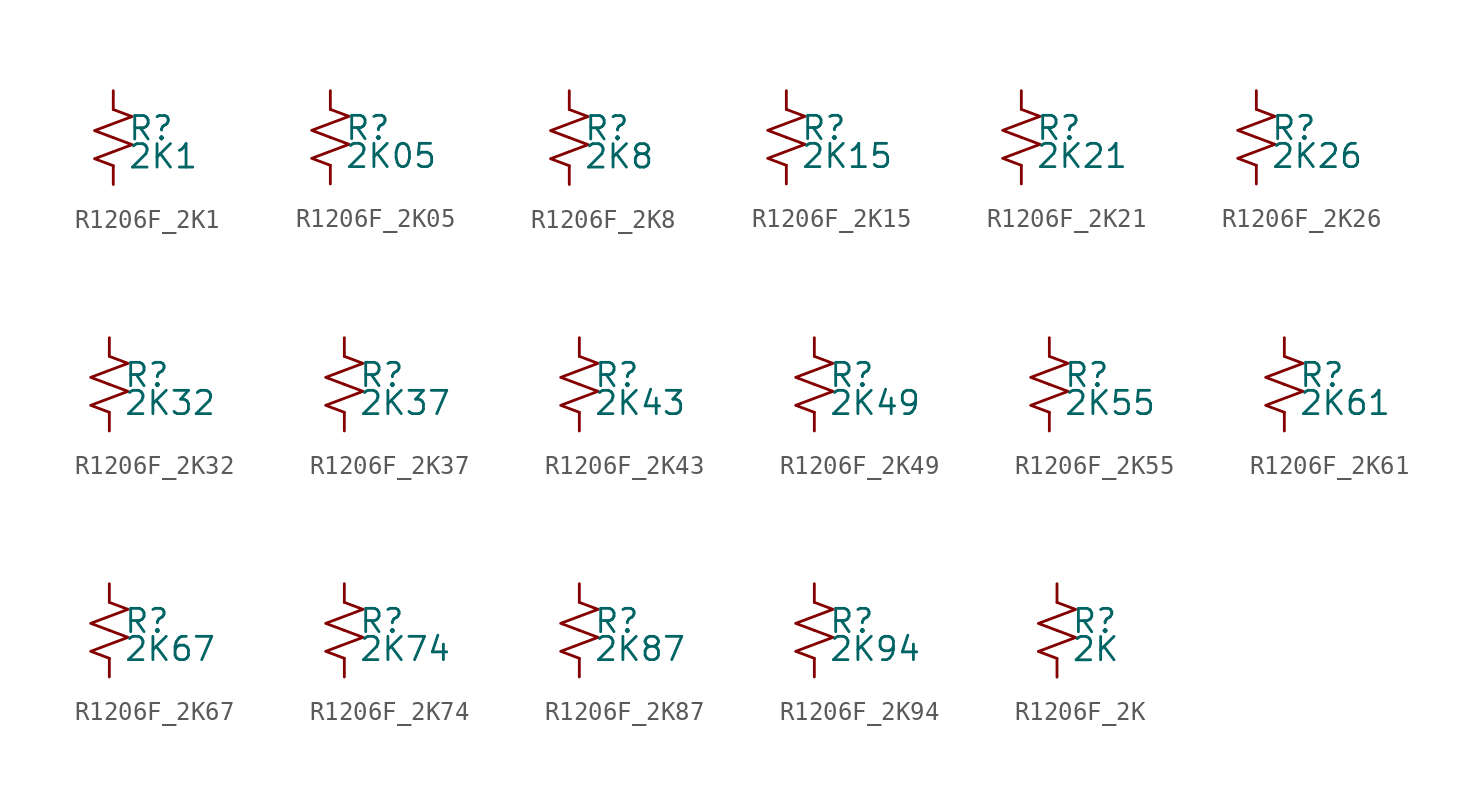
<source format=kicad_sym>
(kicad_symbol_lib
  (version 20220914)
  (generator kicad_symbol_editor)
  (symbol "R1206F_2K1"
    (pin_numbers hide)
    (pin_names
      (offset 0.254) hide)
    (property "Reference" "R"
      (at 0.762 0.508 0)
      (effects (font (size 1.27 1.27)) (justify left)))
    (property "Value" "2K1"
      (at 0.762 -1.016 0)
      (effects (font (size 1.27 1.27)) (justify left)))
    (symbol "R1206F_2K1_1_1"
      (polyline (pts (xy 0 0) (xy 1.016 -0.381) (xy 0 -0.762) (xy -1.016 -1.143) (xy 0 -1.524)) (stroke (width 0) (type default)) (fill (type none)))
      (polyline (pts (xy 0 1.524) (xy 1.016 1.143) (xy 0 0.762) (xy -1.016 0.381) (xy 0 0)) (stroke (width 0) (type default)) (fill (type none)))
      (pin passive line (at 0 2.54 270) (length 1.016) (name "~" (effects (font (size 1.27 1.27)))) (number "1" (effects (font (size 1.27 1.27)))))
      (pin passive line (at 0 -2.54 90) (length 1.016) (name "~" (effects (font (size 1.27 1.27)))) (number "2" (effects (font (size 1.27 1.27)))))))
  (symbol "R1206F_2K05"
    (pin_numbers hide)
    (pin_names
      (offset 0.254) hide)
    (property "Reference" "R"
      (at 0.762 0.508 0)
      (effects (font (size 1.27 1.27)) (justify left)))
    (property "Value" "2K05"
      (at 0.762 -1.016 0)
      (effects (font (size 1.27 1.27)) (justify left)))
    (symbol "R1206F_2K05_1_1"
      (polyline (pts (xy 0 0) (xy 1.016 -0.381) (xy 0 -0.762) (xy -1.016 -1.143) (xy 0 -1.524)) (stroke (width 0) (type default)) (fill (type none)))
      (polyline (pts (xy 0 1.524) (xy 1.016 1.143) (xy 0 0.762) (xy -1.016 0.381) (xy 0 0)) (stroke (width 0) (type default)) (fill (type none)))
      (pin passive line (at 0 2.54 270) (length 1.016) (name "~" (effects (font (size 1.27 1.27)))) (number "1" (effects (font (size 1.27 1.27)))))
      (pin passive line (at 0 -2.54 90) (length 1.016) (name "~" (effects (font (size 1.27 1.27)))) (number "2" (effects (font (size 1.27 1.27)))))))
  (symbol "R1206F_2K8"
    (pin_numbers hide)
    (pin_names
      (offset 0.254) hide)
    (property "Reference" "R"
      (at 0.762 0.508 0)
      (effects (font (size 1.27 1.27)) (justify left)))
    (property "Value" "2K8"
      (at 0.762 -1.016 0)
      (effects (font (size 1.27 1.27)) (justify left)))
    (symbol "R1206F_2K8_1_1"
      (polyline (pts (xy 0 0) (xy 1.016 -0.381) (xy 0 -0.762) (xy -1.016 -1.143) (xy 0 -1.524)) (stroke (width 0) (type default)) (fill (type none)))
      (polyline (pts (xy 0 1.524) (xy 1.016 1.143) (xy 0 0.762) (xy -1.016 0.381) (xy 0 0)) (stroke (width 0) (type default)) (fill (type none)))
      (pin passive line (at 0 2.54 270) (length 1.016) (name "~" (effects (font (size 1.27 1.27)))) (number "1" (effects (font (size 1.27 1.27)))))
      (pin passive line (at 0 -2.54 90) (length 1.016) (name "~" (effects (font (size 1.27 1.27)))) (number "2" (effects (font (size 1.27 1.27)))))))
  (symbol "R1206F_2K15"
    (pin_numbers hide)
    (pin_names
      (offset 0.254) hide)
    (property "Reference" "R"
      (at 0.762 0.508 0)
      (effects (font (size 1.27 1.27)) (justify left)))
    (property "Value" "2K15"
      (at 0.762 -1.016 0)
      (effects (font (size 1.27 1.27)) (justify left)))
    (symbol "R1206F_2K15_1_1"
      (polyline (pts (xy 0 0) (xy 1.016 -0.381) (xy 0 -0.762) (xy -1.016 -1.143) (xy 0 -1.524)) (stroke (width 0) (type default)) (fill (type none)))
      (polyline (pts (xy 0 1.524) (xy 1.016 1.143) (xy 0 0.762) (xy -1.016 0.381) (xy 0 0)) (stroke (width 0) (type default)) (fill (type none)))
      (pin passive line (at 0 2.54 270) (length 1.016) (name "~" (effects (font (size 1.27 1.27)))) (number "1" (effects (font (size 1.27 1.27)))))
      (pin passive line (at 0 -2.54 90) (length 1.016) (name "~" (effects (font (size 1.27 1.27)))) (number "2" (effects (font (size 1.27 1.27)))))))
  (symbol "R1206F_2K21"
    (pin_numbers hide)
    (pin_names
      (offset 0.254) hide)
    (property "Reference" "R"
      (at 0.762 0.508 0)
      (effects (font (size 1.27 1.27)) (justify left)))
    (property "Value" "2K21"
      (at 0.762 -1.016 0)
      (effects (font (size 1.27 1.27)) (justify left)))
    (symbol "R1206F_2K21_1_1"
      (polyline (pts (xy 0 0) (xy 1.016 -0.381) (xy 0 -0.762) (xy -1.016 -1.143) (xy 0 -1.524)) (stroke (width 0) (type default)) (fill (type none)))
      (polyline (pts (xy 0 1.524) (xy 1.016 1.143) (xy 0 0.762) (xy -1.016 0.381) (xy 0 0)) (stroke (width 0) (type default)) (fill (type none)))
      (pin passive line (at 0 2.54 270) (length 1.016) (name "~" (effects (font (size 1.27 1.27)))) (number "1" (effects (font (size 1.27 1.27)))))
      (pin passive line (at 0 -2.54 90) (length 1.016) (name "~" (effects (font (size 1.27 1.27)))) (number "2" (effects (font (size 1.27 1.27)))))))
  (symbol "R1206F_2K26"
    (pin_numbers hide)
    (pin_names
      (offset 0.254) hide)
    (property "Reference" "R"
      (at 0.762 0.508 0)
      (effects (font (size 1.27 1.27)) (justify left)))
    (property "Value" "2K26"
      (at 0.762 -1.016 0)
      (effects (font (size 1.27 1.27)) (justify left)))
    (symbol "R1206F_2K26_1_1"
      (polyline (pts (xy 0 0) (xy 1.016 -0.381) (xy 0 -0.762) (xy -1.016 -1.143) (xy 0 -1.524)) (stroke (width 0) (type default)) (fill (type none)))
      (polyline (pts (xy 0 1.524) (xy 1.016 1.143) (xy 0 0.762) (xy -1.016 0.381) (xy 0 0)) (stroke (width 0) (type default)) (fill (type none)))
      (pin passive line (at 0 2.54 270) (length 1.016) (name "~" (effects (font (size 1.27 1.27)))) (number "1" (effects (font (size 1.27 1.27)))))
      (pin passive line (at 0 -2.54 90) (length 1.016) (name "~" (effects (font (size 1.27 1.27)))) (number "2" (effects (font (size 1.27 1.27)))))))
  (symbol "R1206F_2K32"
    (pin_numbers hide)
    (pin_names
      (offset 0.254) hide)
    (property "Reference" "R"
      (at 0.762 0.508 0)
      (effects (font (size 1.27 1.27)) (justify left)))
    (property "Value" "2K32"
      (at 0.762 -1.016 0)
      (effects (font (size 1.27 1.27)) (justify left)))
    (symbol "R1206F_2K32_1_1"
      (polyline (pts (xy 0 0) (xy 1.016 -0.381) (xy 0 -0.762) (xy -1.016 -1.143) (xy 0 -1.524)) (stroke (width 0) (type default)) (fill (type none)))
      (polyline (pts (xy 0 1.524) (xy 1.016 1.143) (xy 0 0.762) (xy -1.016 0.381) (xy 0 0)) (stroke (width 0) (type default)) (fill (type none)))
      (pin passive line (at 0 2.54 270) (length 1.016) (name "~" (effects (font (size 1.27 1.27)))) (number "1" (effects (font (size 1.27 1.27)))))
      (pin passive line (at 0 -2.54 90) (length 1.016) (name "~" (effects (font (size 1.27 1.27)))) (number "2" (effects (font (size 1.27 1.27)))))))
  (symbol "R1206F_2K37"
    (pin_numbers hide)
    (pin_names
      (offset 0.254) hide)
    (property "Reference" "R"
      (at 0.762 0.508 0)
      (effects (font (size 1.27 1.27)) (justify left)))
    (property "Value" "2K37"
      (at 0.762 -1.016 0)
      (effects (font (size 1.27 1.27)) (justify left)))
    (symbol "R1206F_2K37_1_1"
      (polyline (pts (xy 0 0) (xy 1.016 -0.381) (xy 0 -0.762) (xy -1.016 -1.143) (xy 0 -1.524)) (stroke (width 0) (type default)) (fill (type none)))
      (polyline (pts (xy 0 1.524) (xy 1.016 1.143) (xy 0 0.762) (xy -1.016 0.381) (xy 0 0)) (stroke (width 0) (type default)) (fill (type none)))
      (pin passive line (at 0 2.54 270) (length 1.016) (name "~" (effects (font (size 1.27 1.27)))) (number "1" (effects (font (size 1.27 1.27)))))
      (pin passive line (at 0 -2.54 90) (length 1.016) (name "~" (effects (font (size 1.27 1.27)))) (number "2" (effects (font (size 1.27 1.27)))))))
  (symbol "R1206F_2K43"
    (pin_numbers hide)
    (pin_names
      (offset 0.254) hide)
    (property "Reference" "R"
      (at 0.762 0.508 0)
      (effects (font (size 1.27 1.27)) (justify left)))
    (property "Value" "2K43"
      (at 0.762 -1.016 0)
      (effects (font (size 1.27 1.27)) (justify left)))
    (symbol "R1206F_2K43_1_1"
      (polyline (pts (xy 0 0) (xy 1.016 -0.381) (xy 0 -0.762) (xy -1.016 -1.143) (xy 0 -1.524)) (stroke (width 0) (type default)) (fill (type none)))
      (polyline (pts (xy 0 1.524) (xy 1.016 1.143) (xy 0 0.762) (xy -1.016 0.381) (xy 0 0)) (stroke (width 0) (type default)) (fill (type none)))
      (pin passive line (at 0 2.54 270) (length 1.016) (name "~" (effects (font (size 1.27 1.27)))) (number "1" (effects (font (size 1.27 1.27)))))
      (pin passive line (at 0 -2.54 90) (length 1.016) (name "~" (effects (font (size 1.27 1.27)))) (number "2" (effects (font (size 1.27 1.27)))))))
  (symbol "R1206F_2K49"
    (pin_numbers hide)
    (pin_names
      (offset 0.254) hide)
    (property "Reference" "R"
      (at 0.762 0.508 0)
      (effects (font (size 1.27 1.27)) (justify left)))
    (property "Value" "2K49"
      (at 0.762 -1.016 0)
      (effects (font (size 1.27 1.27)) (justify left)))
    (symbol "R1206F_2K49_1_1"
      (polyline (pts (xy 0 0) (xy 1.016 -0.381) (xy 0 -0.762) (xy -1.016 -1.143) (xy 0 -1.524)) (stroke (width 0) (type default)) (fill (type none)))
      (polyline (pts (xy 0 1.524) (xy 1.016 1.143) (xy 0 0.762) (xy -1.016 0.381) (xy 0 0)) (stroke (width 0) (type default)) (fill (type none)))
      (pin passive line (at 0 2.54 270) (length 1.016) (name "~" (effects (font (size 1.27 1.27)))) (number "1" (effects (font (size 1.27 1.27)))))
      (pin passive line (at 0 -2.54 90) (length 1.016) (name "~" (effects (font (size 1.27 1.27)))) (number "2" (effects (font (size 1.27 1.27)))))))
  (symbol "R1206F_2K55"
    (pin_numbers hide)
    (pin_names
      (offset 0.254) hide)
    (property "Reference" "R"
      (at 0.762 0.508 0)
      (effects (font (size 1.27 1.27)) (justify left)))
    (property "Value" "2K55"
      (at 0.762 -1.016 0)
      (effects (font (size 1.27 1.27)) (justify left)))
    (symbol "R1206F_2K55_1_1"
      (polyline (pts (xy 0 0) (xy 1.016 -0.381) (xy 0 -0.762) (xy -1.016 -1.143) (xy 0 -1.524)) (stroke (width 0) (type default)) (fill (type none)))
      (polyline (pts (xy 0 1.524) (xy 1.016 1.143) (xy 0 0.762) (xy -1.016 0.381) (xy 0 0)) (stroke (width 0) (type default)) (fill (type none)))
      (pin passive line (at 0 2.54 270) (length 1.016) (name "~" (effects (font (size 1.27 1.27)))) (number "1" (effects (font (size 1.27 1.27)))))
      (pin passive line (at 0 -2.54 90) (length 1.016) (name "~" (effects (font (size 1.27 1.27)))) (number "2" (effects (font (size 1.27 1.27)))))))
  (symbol "R1206F_2K61"
    (pin_numbers hide)
    (pin_names
      (offset 0.254) hide)
    (property "Reference" "R"
      (at 0.762 0.508 0)
      (effects (font (size 1.27 1.27)) (justify left)))
    (property "Value" "2K61"
      (at 0.762 -1.016 0)
      (effects (font (size 1.27 1.27)) (justify left)))
    (symbol "R1206F_2K61_1_1"
      (polyline (pts (xy 0 0) (xy 1.016 -0.381) (xy 0 -0.762) (xy -1.016 -1.143) (xy 0 -1.524)) (stroke (width 0) (type default)) (fill (type none)))
      (polyline (pts (xy 0 1.524) (xy 1.016 1.143) (xy 0 0.762) (xy -1.016 0.381) (xy 0 0)) (stroke (width 0) (type default)) (fill (type none)))
      (pin passive line (at 0 2.54 270) (length 1.016) (name "~" (effects (font (size 1.27 1.27)))) (number "1" (effects (font (size 1.27 1.27)))))
      (pin passive line (at 0 -2.54 90) (length 1.016) (name "~" (effects (font (size 1.27 1.27)))) (number "2" (effects (font (size 1.27 1.27)))))))
  (symbol "R1206F_2K67"
    (pin_numbers hide)
    (pin_names
      (offset 0.254) hide)
    (property "Reference" "R"
      (at 0.762 0.508 0)
      (effects (font (size 1.27 1.27)) (justify left)))
    (property "Value" "2K67"
      (at 0.762 -1.016 0)
      (effects (font (size 1.27 1.27)) (justify left)))
    (symbol "R1206F_2K67_1_1"
      (polyline (pts (xy 0 0) (xy 1.016 -0.381) (xy 0 -0.762) (xy -1.016 -1.143) (xy 0 -1.524)) (stroke (width 0) (type default)) (fill (type none)))
      (polyline (pts (xy 0 1.524) (xy 1.016 1.143) (xy 0 0.762) (xy -1.016 0.381) (xy 0 0)) (stroke (width 0) (type default)) (fill (type none)))
      (pin passive line (at 0 2.54 270) (length 1.016) (name "~" (effects (font (size 1.27 1.27)))) (number "1" (effects (font (size 1.27 1.27)))))
      (pin passive line (at 0 -2.54 90) (length 1.016) (name "~" (effects (font (size 1.27 1.27)))) (number "2" (effects (font (size 1.27 1.27)))))))
  (symbol "R1206F_2K74"
    (pin_numbers hide)
    (pin_names
      (offset 0.254) hide)
    (property "Reference" "R"
      (at 0.762 0.508 0)
      (effects (font (size 1.27 1.27)) (justify left)))
    (property "Value" "2K74"
      (at 0.762 -1.016 0)
      (effects (font (size 1.27 1.27)) (justify left)))
    (symbol "R1206F_2K74_1_1"
      (polyline (pts (xy 0 0) (xy 1.016 -0.381) (xy 0 -0.762) (xy -1.016 -1.143) (xy 0 -1.524)) (stroke (width 0) (type default)) (fill (type none)))
      (polyline (pts (xy 0 1.524) (xy 1.016 1.143) (xy 0 0.762) (xy -1.016 0.381) (xy 0 0)) (stroke (width 0) (type default)) (fill (type none)))
      (pin passive line (at 0 2.54 270) (length 1.016) (name "~" (effects (font (size 1.27 1.27)))) (number "1" (effects (font (size 1.27 1.27)))))
      (pin passive line (at 0 -2.54 90) (length 1.016) (name "~" (effects (font (size 1.27 1.27)))) (number "2" (effects (font (size 1.27 1.27)))))))
  (symbol "R1206F_2K87"
    (pin_numbers hide)
    (pin_names
      (offset 0.254) hide)
    (property "Reference" "R"
      (at 0.762 0.508 0)
      (effects (font (size 1.27 1.27)) (justify left)))
    (property "Value" "2K87"
      (at 0.762 -1.016 0)
      (effects (font (size 1.27 1.27)) (justify left)))
    (symbol "R1206F_2K87_1_1"
      (polyline (pts (xy 0 0) (xy 1.016 -0.381) (xy 0 -0.762) (xy -1.016 -1.143) (xy 0 -1.524)) (stroke (width 0) (type default)) (fill (type none)))
      (polyline (pts (xy 0 1.524) (xy 1.016 1.143) (xy 0 0.762) (xy -1.016 0.381) (xy 0 0)) (stroke (width 0) (type default)) (fill (type none)))
      (pin passive line (at 0 2.54 270) (length 1.016) (name "~" (effects (font (size 1.27 1.27)))) (number "1" (effects (font (size 1.27 1.27)))))
      (pin passive line (at 0 -2.54 90) (length 1.016) (name "~" (effects (font (size 1.27 1.27)))) (number "2" (effects (font (size 1.27 1.27)))))))
  (symbol "R1206F_2K94"
    (pin_numbers hide)
    (pin_names
      (offset 0.254) hide)
    (property "Reference" "R"
      (at 0.762 0.508 0)
      (effects (font (size 1.27 1.27)) (justify left)))
    (property "Value" "2K94"
      (at 0.762 -1.016 0)
      (effects (font (size 1.27 1.27)) (justify left)))
    (symbol "R1206F_2K94_1_1"
      (polyline (pts (xy 0 0) (xy 1.016 -0.381) (xy 0 -0.762) (xy -1.016 -1.143) (xy 0 -1.524)) (stroke (width 0) (type default)) (fill (type none)))
      (polyline (pts (xy 0 1.524) (xy 1.016 1.143) (xy 0 0.762) (xy -1.016 0.381) (xy 0 0)) (stroke (width 0) (type default)) (fill (type none)))
      (pin passive line (at 0 2.54 270) (length 1.016) (name "~" (effects (font (size 1.27 1.27)))) (number "1" (effects (font (size 1.27 1.27)))))
      (pin passive line (at 0 -2.54 90) (length 1.016) (name "~" (effects (font (size 1.27 1.27)))) (number "2" (effects (font (size 1.27 1.27)))))))
  (symbol "R1206F_2K"
    (pin_numbers hide)
    (pin_names
      (offset 0.254) hide)
    (property "Reference" "R"
      (at 0.762 0.508 0)
      (effects (font (size 1.27 1.27)) (justify left)))
    (property "Value" "2K"
      (at 0.762 -1.016 0)
      (effects (font (size 1.27 1.27)) (justify left)))
    (symbol "R1206F_2K_1_1"
      (polyline (pts (xy 0 0) (xy 1.016 -0.381) (xy 0 -0.762) (xy -1.016 -1.143) (xy 0 -1.524)) (stroke (width 0) (type default)) (fill (type none)))
      (polyline (pts (xy 0 1.524) (xy 1.016 1.143) (xy 0 0.762) (xy -1.016 0.381) (xy 0 0)) (stroke (width 0) (type default)) (fill (type none)))
      (pin passive line (at 0 2.54 270) (length 1.016) (name "~" (effects (font (size 1.27 1.27)))) (number "1" (effects (font (size 1.27 1.27)))))
      (pin passive line (at 0 -2.54 90) (length 1.016) (name "~" (effects (font (size 1.27 1.27)))) (number "2" (effects (font (size 1.27 1.27))))))))
</source>
